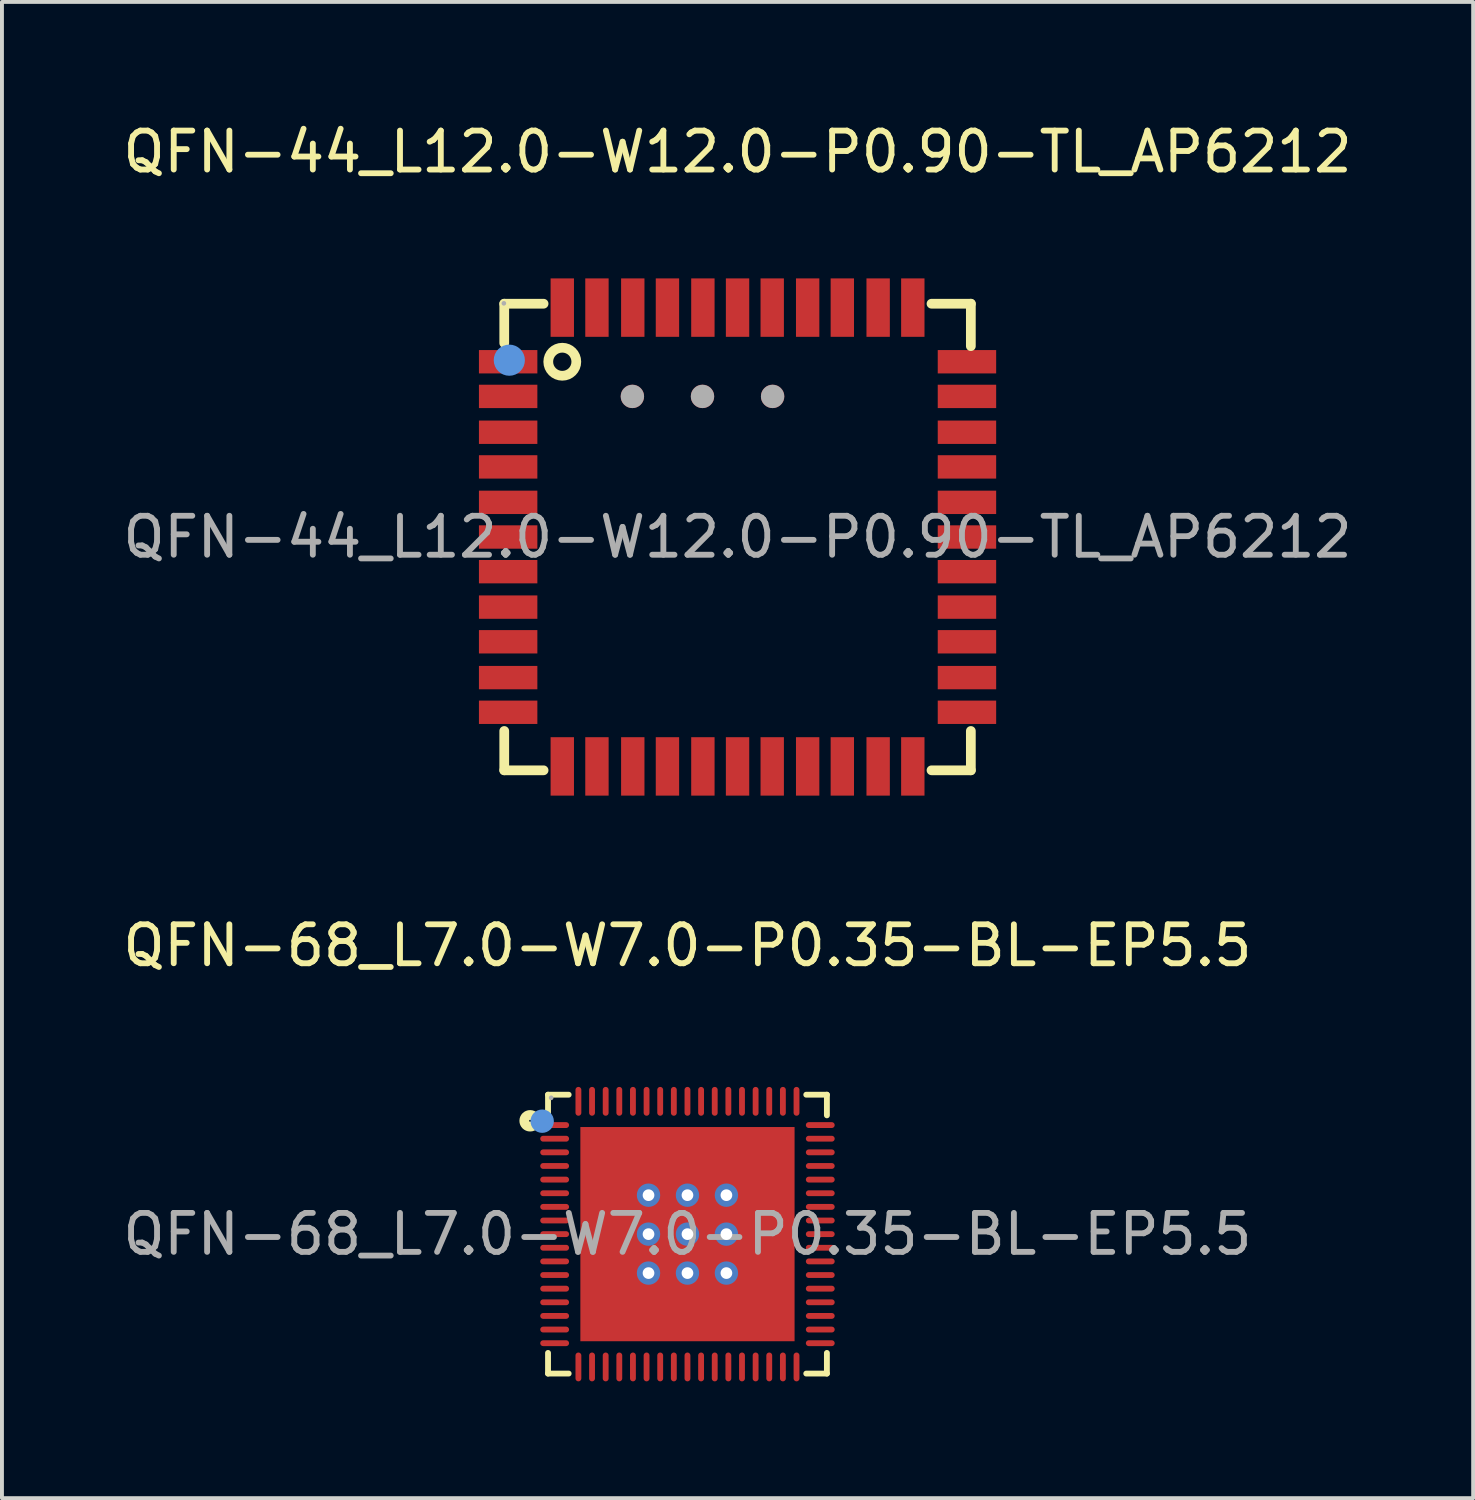
<source format=kicad_pcb>
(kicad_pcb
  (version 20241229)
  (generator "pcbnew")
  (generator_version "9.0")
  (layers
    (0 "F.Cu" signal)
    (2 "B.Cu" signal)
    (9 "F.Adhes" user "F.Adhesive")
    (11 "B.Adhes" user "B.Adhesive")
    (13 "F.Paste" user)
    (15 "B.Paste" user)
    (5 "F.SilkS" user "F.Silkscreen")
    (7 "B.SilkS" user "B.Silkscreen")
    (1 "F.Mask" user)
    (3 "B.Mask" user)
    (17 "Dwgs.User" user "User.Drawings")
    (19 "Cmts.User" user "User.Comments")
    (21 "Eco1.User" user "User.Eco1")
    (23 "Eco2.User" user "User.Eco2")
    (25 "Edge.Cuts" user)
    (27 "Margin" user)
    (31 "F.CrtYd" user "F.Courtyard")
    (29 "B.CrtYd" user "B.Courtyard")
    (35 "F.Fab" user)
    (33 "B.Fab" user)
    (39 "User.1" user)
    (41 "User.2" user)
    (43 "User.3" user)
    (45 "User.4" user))
  (footprint "QFN-44_L12.0-W12.0-P0.90-TL_AP6212"
    (layer "F.Cu")
    (at 15.887 10.738)
    (property "Reference" "QFN-44_L12.0-W12.0-P0.90-TL_AP6212" (at 0 -9.89 0) (layer "F.SilkS") (effects (font (size 1 1) (thickness 0.15))))
    (attr smd)
    (fp_line (start -5.99 -5.99) (end -4.98 -5.99) (stroke (width 0.25) (type solid)) (layer "F.SilkS"))
    (fp_line (start -5.99 -4.98) (end -5.99 -5.99) (stroke (width 0.25) (type solid)) (layer "F.SilkS"))
    (fp_line (start -5.99 5.99) (end -5.99 4.98) (stroke (width 0.25) (type solid)) (layer "F.SilkS"))
    (fp_line (start -4.98 5.99) (end -5.99 5.99) (stroke (width 0.25) (type solid)) (layer "F.SilkS"))
    (fp_line (start 4.98 -5.99) (end 5.99 -5.99) (stroke (width 0.25) (type solid)) (layer "F.SilkS"))
    (fp_line (start 5.99 -5.99) (end 5.99 -4.9) (stroke (width 0.25) (type solid)) (layer "F.SilkS"))
    (fp_line (start 5.99 4.98) (end 5.99 5.99) (stroke (width 0.25) (type solid)) (layer "F.SilkS"))
    (fp_line (start 5.99 5.99) (end 4.98 5.99) (stroke (width 0.25) (type solid)) (layer "F.SilkS"))
    (fp_circle (center -4.5 -4.5) (end -4.14 -4.5) (stroke (width 0.25) (type solid)) (fill no) (layer "F.SilkS"))
    (fp_circle (center -5.86 -4.54) (end -5.66 -4.54) (stroke (width 0.4) (type solid)) (fill no) (layer "Cmts.User"))
    (fp_circle (center -6 -6) (end -5.97 -6) (stroke (width 0.06) (type solid)) (fill no) (layer "F.Fab"))
    (fp_circle (center -2.7 -3.61) (end -2.55 -3.61) (stroke (width 0.3) (type solid)) (fill no) (layer "F.Fab"))
    (fp_circle (center -0.9 -3.61) (end -0.75 -3.61) (stroke (width 0.3) (type solid)) (fill no) (layer "F.Fab"))
    (fp_circle (center 0.9 -3.61) (end 1.05 -3.61) (stroke (width 0.3) (type solid)) (fill no) (layer "F.Fab"))
    (fp_text user "${REFERENCE}" (at 0 0 0) (layer "F.Fab") (effects (font (size 1 1) (thickness 0.15))))
    (pad "1" smd rect (at -5.89 -4.5) (size 1.5 0.6) (layers "F.Cu" "F.Mask" "F.Paste"))
    (pad "2" smd rect (at -5.89 -3.61) (size 1.5 0.6) (layers "F.Cu" "F.Mask" "F.Paste"))
    (pad "3" smd rect (at -5.89 -2.69) (size 1.5 0.6) (layers "F.Cu" "F.Mask" "F.Paste"))
    (pad "4" smd rect (at -5.89 -1.8) (size 1.5 0.6) (layers "F.Cu" "F.Mask" "F.Paste"))
    (pad "5" smd rect (at -5.89 -0.89) (size 1.5 0.6) (layers "F.Cu" "F.Mask" "F.Paste"))
    (pad "6" smd rect (at -5.89 0) (size 1.5 0.6) (layers "F.Cu" "F.Mask" "F.Paste"))
    (pad "7" smd rect (at -5.89 0.89) (size 1.5 0.6) (layers "F.Cu" "F.Mask" "F.Paste"))
    (pad "8" smd rect (at -5.89 1.8) (size 1.5 0.6) (layers "F.Cu" "F.Mask" "F.Paste"))
    (pad "9" smd rect (at -5.89 2.69) (size 1.5 0.6) (layers "F.Cu" "F.Mask" "F.Paste"))
    (pad "10" smd rect (at -5.89 3.61) (size 1.5 0.6) (layers "F.Cu" "F.Mask" "F.Paste"))
    (pad "11" smd rect (at -5.89 4.5) (size 1.5 0.6) (layers "F.Cu" "F.Mask" "F.Paste"))
    (pad "12" smd rect (at -4.5 5.89 90) (size 1.5 0.6) (layers "F.Cu" "F.Mask" "F.Paste"))
    (pad "13" smd rect (at -3.61 5.89 90) (size 1.5 0.6) (layers "F.Cu" "F.Mask" "F.Paste"))
    (pad "14" smd rect (at -2.69 5.89 90) (size 1.5 0.6) (layers "F.Cu" "F.Mask" "F.Paste"))
    (pad "15" smd rect (at -1.8 5.89 90) (size 1.5 0.6) (layers "F.Cu" "F.Mask" "F.Paste"))
    (pad "16" smd rect (at -0.89 5.89 90) (size 1.5 0.6) (layers "F.Cu" "F.Mask" "F.Paste"))
    (pad "17" smd rect (at 0 5.89 90) (size 1.5 0.6) (layers "F.Cu" "F.Mask" "F.Paste"))
    (pad "18" smd rect (at 0.89 5.89 90) (size 1.5 0.6) (layers "F.Cu" "F.Mask" "F.Paste"))
    (pad "19" smd rect (at 1.8 5.89 90) (size 1.5 0.6) (layers "F.Cu" "F.Mask" "F.Paste"))
    (pad "20" smd rect (at 2.69 5.89 90) (size 1.5 0.6) (layers "F.Cu" "F.Mask" "F.Paste"))
    (pad "21" smd rect (at 3.61 5.89 90) (size 1.5 0.6) (layers "F.Cu" "F.Mask" "F.Paste"))
    (pad "22" smd rect (at 4.5 5.89 90) (size 1.5 0.6) (layers "F.Cu" "F.Mask" "F.Paste"))
    (pad "23" smd rect (at 5.89 4.5 180) (size 1.5 0.6) (layers "F.Cu" "F.Mask" "F.Paste"))
    (pad "24" smd rect (at 5.89 3.61 180) (size 1.5 0.6) (layers "F.Cu" "F.Mask" "F.Paste"))
    (pad "25" smd rect (at 5.89 2.69 180) (size 1.5 0.6) (layers "F.Cu" "F.Mask" "F.Paste"))
    (pad "26" smd rect (at 5.89 1.8 180) (size 1.5 0.6) (layers "F.Cu" "F.Mask" "F.Paste"))
    (pad "27" smd rect (at 5.89 0.89 180) (size 1.5 0.6) (layers "F.Cu" "F.Mask" "F.Paste"))
    (pad "28" smd rect (at 5.89 0 180) (size 1.5 0.6) (layers "F.Cu" "F.Mask" "F.Paste"))
    (pad "29" smd rect (at 5.89 -0.89 180) (size 1.5 0.6) (layers "F.Cu" "F.Mask" "F.Paste"))
    (pad "30" smd rect (at 5.89 -1.8 180) (size 1.5 0.6) (layers "F.Cu" "F.Mask" "F.Paste"))
    (pad "31" smd rect (at 5.89 -2.69 180) (size 1.5 0.6) (layers "F.Cu" "F.Mask" "F.Paste"))
    (pad "32" smd rect (at 5.89 -3.61 180) (size 1.5 0.6) (layers "F.Cu" "F.Mask" "F.Paste"))
    (pad "33" smd rect (at 5.89 -4.5 180) (size 1.5 0.6) (layers "F.Cu" "F.Mask" "F.Paste"))
    (pad "34" smd rect (at 4.5 -5.89 270) (size 1.5 0.6) (layers "F.Cu" "F.Mask" "F.Paste"))
    (pad "35" smd rect (at 3.61 -5.89 270) (size 1.5 0.6) (layers "F.Cu" "F.Mask" "F.Paste"))
    (pad "36" smd rect (at 2.69 -5.89 270) (size 1.5 0.6) (layers "F.Cu" "F.Mask" "F.Paste"))
    (pad "37" smd rect (at 1.8 -5.89 270) (size 1.5 0.6) (layers "F.Cu" "F.Mask" "F.Paste"))
    (pad "38" smd rect (at 0.89 -5.89 270) (size 1.5 0.6) (layers "F.Cu" "F.Mask" "F.Paste"))
    (pad "39" smd rect (at 0 -5.89 270) (size 1.5 0.6) (layers "F.Cu" "F.Mask" "F.Paste"))
    (pad "40" smd rect (at -0.89 -5.89 270) (size 1.5 0.6) (layers "F.Cu" "F.Mask" "F.Paste"))
    (pad "41" smd rect (at -1.8 -5.89 270) (size 1.5 0.6) (layers "F.Cu" "F.Mask" "F.Paste"))
    (pad "42" smd rect (at -2.69 -5.89 270) (size 1.5 0.6) (layers "F.Cu" "F.Mask" "F.Paste"))
    (pad "43" smd rect (at -3.61 -5.89 270) (size 1.5 0.6) (layers "F.Cu" "F.Mask" "F.Paste"))
    (pad "44" smd rect (at -4.5 -5.89 270) (size 1.5 0.6) (layers "F.Cu" "F.Mask" "F.Paste"))
    (pad "45" smd circle (at -2.7 -3.61) (size 0.6 0.6) (layers "F.Cu" "F.Mask" "F.Paste"))
    (pad "46" smd circle (at -0.9 -3.61) (size 0.6 0.6) (layers "F.Cu" "F.Mask" "F.Paste"))
    (pad "47" smd circle (at 0.9 -3.61) (size 0.6 0.6) (layers "F.Cu" "F.Mask" "F.Paste")))
  (footprint "QFN-68_L7.0-W7.0-P0.35-BL-EP5.5"
    (layer "F.Cu")
    (at 14.601 28.637)
    (property "Reference" "QFN-68_L7.0-W7.0-P0.35-BL-EP5.5" (at 0 -7.41 0) (layer "F.SilkS") (effects (font (size 1 1) (thickness 0.15))))
    (attr smd)
    (fp_line (start -3.58 -3.58) (end -3.05 -3.58) (stroke (width 0.15) (type solid)) (layer "F.SilkS"))
    (fp_line (start -3.58 -3.05) (end -3.58 -3.58) (stroke (width 0.15) (type solid)) (layer "F.SilkS"))
    (fp_line (start -3.58 3.05) (end -3.58 3.58) (stroke (width 0.15) (type solid)) (layer "F.SilkS"))
    (fp_line (start -3.58 3.58) (end -3.05 3.58) (stroke (width 0.15) (type solid)) (layer "F.SilkS"))
    (fp_line (start 3.58 -3.58) (end 3.05 -3.58) (stroke (width 0.15) (type solid)) (layer "F.SilkS"))
    (fp_line (start 3.58 -3.05) (end 3.58 -3.58) (stroke (width 0.15) (type solid)) (layer "F.SilkS"))
    (fp_line (start 3.58 3.05) (end 3.58 3.58) (stroke (width 0.15) (type solid)) (layer "F.SilkS"))
    (fp_line (start 3.58 3.58) (end 3.05 3.58) (stroke (width 0.15) (type solid)) (layer "F.SilkS"))
    (fp_circle (center -4.04 -2.91) (end -3.89 -2.91) (stroke (width 0.25) (type solid)) (fill no) (layer "F.SilkS"))
    (fp_circle (center -3.73 -2.9) (end -3.58 -2.9) (stroke (width 0.3) (type solid)) (fill no) (layer "Cmts.User"))
    (fp_circle (center -3.5 -3.5) (end -3.47 -3.5) (stroke (width 0.06) (type solid)) (fill no) (layer "F.Fab"))
    (fp_text user "${REFERENCE}" (at 0 0 0) (layer "F.Fab") (effects (font (size 1 1) (thickness 0.15))))
    (pad "" thru_hole circle (at -1 -1) (size 0.6 0.6) (drill 0.3) (layers "*.Cu" "*.Paste" "*.Mask"))
    (pad "" thru_hole circle (at -1 0) (size 0.6 0.6) (drill 0.3) (layers "*.Cu" "*.Paste" "*.Mask"))
    (pad "" thru_hole circle (at -1 1) (size 0.6 0.6) (drill 0.3) (layers "*.Cu" "*.Paste" "*.Mask"))
    (pad "" thru_hole circle (at 0 -1) (size 0.6 0.6) (drill 0.3) (layers "*.Cu" "*.Paste" "*.Mask"))
    (pad "" thru_hole circle (at 0 0) (size 0.6 0.6) (drill 0.3) (layers "*.Cu" "*.Paste" "*.Mask"))
    (pad "" thru_hole circle (at 0 1) (size 0.6 0.6) (drill 0.3) (layers "*.Cu" "*.Paste" "*.Mask"))
    (pad "" thru_hole circle (at 1 -1) (size 0.6 0.6) (drill 0.3) (layers "*.Cu" "*.Paste" "*.Mask"))
    (pad "" thru_hole circle (at 1 0) (size 0.6 0.6) (drill 0.3) (layers "*.Cu" "*.Paste" "*.Mask"))
    (pad "" thru_hole circle (at 1 1) (size 0.6 0.6) (drill 0.3) (layers "*.Cu" "*.Paste" "*.Mask"))
    (pad "1" smd oval (at -3.41 -2.8) (size 0.74 0.15) (layers "F.Cu" "F.Mask" "F.Paste"))
    (pad "2" smd oval (at -3.41 -2.45) (size 0.74 0.15) (layers "F.Cu" "F.Mask" "F.Paste"))
    (pad "3" smd oval (at -3.41 -2.1) (size 0.74 0.15) (layers "F.Cu" "F.Mask" "F.Paste"))
    (pad "4" smd oval (at -3.41 -1.75) (size 0.74 0.15) (layers "F.Cu" "F.Mask" "F.Paste"))
    (pad "5" smd oval (at -3.41 -1.4) (size 0.74 0.15) (layers "F.Cu" "F.Mask" "F.Paste"))
    (pad "6" smd oval (at -3.41 -1.05) (size 0.74 0.15) (layers "F.Cu" "F.Mask" "F.Paste"))
    (pad "7" smd oval (at -3.41 -0.7) (size 0.74 0.15) (layers "F.Cu" "F.Mask" "F.Paste"))
    (pad "8" smd oval (at -3.41 -0.35) (size 0.74 0.15) (layers "F.Cu" "F.Mask" "F.Paste"))
    (pad "9" smd oval (at -3.41 0) (size 0.74 0.15) (layers "F.Cu" "F.Mask" "F.Paste"))
    (pad "10" smd oval (at -3.41 0.35) (size 0.74 0.15) (layers "F.Cu" "F.Mask" "F.Paste"))
    (pad "11" smd oval (at -3.41 0.7) (size 0.74 0.15) (layers "F.Cu" "F.Mask" "F.Paste"))
    (pad "12" smd oval (at -3.41 1.05) (size 0.74 0.15) (layers "F.Cu" "F.Mask" "F.Paste"))
    (pad "13" smd oval (at -3.41 1.4) (size 0.74 0.15) (layers "F.Cu" "F.Mask" "F.Paste"))
    (pad "14" smd oval (at -3.41 1.75) (size 0.74 0.15) (layers "F.Cu" "F.Mask" "F.Paste"))
    (pad "15" smd oval (at -3.41 2.1) (size 0.74 0.15) (layers "F.Cu" "F.Mask" "F.Paste"))
    (pad "16" smd oval (at -3.41 2.45) (size 0.74 0.15) (layers "F.Cu" "F.Mask" "F.Paste"))
    (pad "17" smd oval (at -3.41 2.8) (size 0.74 0.15) (layers "F.Cu" "F.Mask" "F.Paste"))
    (pad "18" smd oval (at -2.8 3.41) (size 0.15 0.74) (layers "F.Cu" "F.Mask" "F.Paste"))
    (pad "19" smd oval (at -2.45 3.41) (size 0.15 0.74) (layers "F.Cu" "F.Mask" "F.Paste"))
    (pad "20" smd oval (at -2.1 3.41) (size 0.15 0.74) (layers "F.Cu" "F.Mask" "F.Paste"))
    (pad "21" smd oval (at -1.75 3.41) (size 0.15 0.74) (layers "F.Cu" "F.Mask" "F.Paste"))
    (pad "22" smd oval (at -1.4 3.41) (size 0.15 0.74) (layers "F.Cu" "F.Mask" "F.Paste"))
    (pad "23" smd oval (at -1.05 3.41) (size 0.15 0.74) (layers "F.Cu" "F.Mask" "F.Paste"))
    (pad "24" smd oval (at -0.7 3.41) (size 0.15 0.74) (layers "F.Cu" "F.Mask" "F.Paste"))
    (pad "25" smd oval (at -0.35 3.41) (size 0.15 0.74) (layers "F.Cu" "F.Mask" "F.Paste"))
    (pad "26" smd oval (at 0 3.41) (size 0.15 0.74) (layers "F.Cu" "F.Mask" "F.Paste"))
    (pad "27" smd oval (at 0.35 3.41) (size 0.15 0.74) (layers "F.Cu" "F.Mask" "F.Paste"))
    (pad "28" smd oval (at 0.7 3.41) (size 0.15 0.74) (layers "F.Cu" "F.Mask" "F.Paste"))
    (pad "29" smd oval (at 1.05 3.41) (size 0.15 0.74) (layers "F.Cu" "F.Mask" "F.Paste"))
    (pad "30" smd oval (at 1.4 3.41) (size 0.15 0.74) (layers "F.Cu" "F.Mask" "F.Paste"))
    (pad "31" smd oval (at 1.75 3.41) (size 0.15 0.74) (layers "F.Cu" "F.Mask" "F.Paste"))
    (pad "32" smd oval (at 2.1 3.41) (size 0.15 0.74) (layers "F.Cu" "F.Mask" "F.Paste"))
    (pad "33" smd oval (at 2.45 3.41) (size 0.15 0.74) (layers "F.Cu" "F.Mask" "F.Paste"))
    (pad "34" smd oval (at 2.8 3.41) (size 0.15 0.74) (layers "F.Cu" "F.Mask" "F.Paste"))
    (pad "35" smd oval (at 3.41 2.8) (size 0.74 0.15) (layers "F.Cu" "F.Mask" "F.Paste"))
    (pad "36" smd oval (at 3.41 2.45) (size 0.74 0.15) (layers "F.Cu" "F.Mask" "F.Paste"))
    (pad "37" smd oval (at 3.41 2.1) (size 0.74 0.15) (layers "F.Cu" "F.Mask" "F.Paste"))
    (pad "38" smd oval (at 3.41 1.75) (size 0.74 0.15) (layers "F.Cu" "F.Mask" "F.Paste"))
    (pad "39" smd oval (at 3.41 1.4) (size 0.74 0.15) (layers "F.Cu" "F.Mask" "F.Paste"))
    (pad "40" smd oval (at 3.41 1.05) (size 0.74 0.15) (layers "F.Cu" "F.Mask" "F.Paste"))
    (pad "41" smd oval (at 3.41 0.7) (size 0.74 0.15) (layers "F.Cu" "F.Mask" "F.Paste"))
    (pad "42" smd oval (at 3.41 0.35) (size 0.74 0.15) (layers "F.Cu" "F.Mask" "F.Paste"))
    (pad "43" smd oval (at 3.41 0) (size 0.74 0.15) (layers "F.Cu" "F.Mask" "F.Paste"))
    (pad "44" smd oval (at 3.41 -0.35) (size 0.74 0.15) (layers "F.Cu" "F.Mask" "F.Paste"))
    (pad "45" smd oval (at 3.41 -0.7) (size 0.74 0.15) (layers "F.Cu" "F.Mask" "F.Paste"))
    (pad "46" smd oval (at 3.41 -1.05) (size 0.74 0.15) (layers "F.Cu" "F.Mask" "F.Paste"))
    (pad "47" smd oval (at 3.41 -1.4) (size 0.74 0.15) (layers "F.Cu" "F.Mask" "F.Paste"))
    (pad "48" smd oval (at 3.41 -1.75) (size 0.74 0.15) (layers "F.Cu" "F.Mask" "F.Paste"))
    (pad "49" smd oval (at 3.41 -2.1) (size 0.74 0.15) (layers "F.Cu" "F.Mask" "F.Paste"))
    (pad "50" smd oval (at 3.41 -2.45) (size 0.74 0.15) (layers "F.Cu" "F.Mask" "F.Paste"))
    (pad "51" smd oval (at 3.41 -2.8) (size 0.74 0.15) (layers "F.Cu" "F.Mask" "F.Paste"))
    (pad "52" smd oval (at 2.8 -3.41) (size 0.15 0.74) (layers "F.Cu" "F.Mask" "F.Paste"))
    (pad "53" smd oval (at 2.45 -3.41) (size 0.15 0.74) (layers "F.Cu" "F.Mask" "F.Paste"))
    (pad "54" smd oval (at 2.1 -3.41) (size 0.15 0.74) (layers "F.Cu" "F.Mask" "F.Paste"))
    (pad "55" smd oval (at 1.75 -3.41) (size 0.15 0.74) (layers "F.Cu" "F.Mask" "F.Paste"))
    (pad "56" smd oval (at 1.4 -3.41) (size 0.15 0.74) (layers "F.Cu" "F.Mask" "F.Paste"))
    (pad "57" smd oval (at 1.05 -3.41) (size 0.15 0.74) (layers "F.Cu" "F.Mask" "F.Paste"))
    (pad "58" smd oval (at 0.7 -3.41) (size 0.15 0.74) (layers "F.Cu" "F.Mask" "F.Paste"))
    (pad "59" smd oval (at 0.35 -3.41) (size 0.15 0.74) (layers "F.Cu" "F.Mask" "F.Paste"))
    (pad "60" smd oval (at 0 -3.41) (size 0.15 0.74) (layers "F.Cu" "F.Mask" "F.Paste"))
    (pad "61" smd oval (at -0.35 -3.41) (size 0.15 0.74) (layers "F.Cu" "F.Mask" "F.Paste"))
    (pad "62" smd oval (at -0.7 -3.41) (size 0.15 0.74) (layers "F.Cu" "F.Mask" "F.Paste"))
    (pad "63" smd oval (at -1.05 -3.41) (size 0.15 0.74) (layers "F.Cu" "F.Mask" "F.Paste"))
    (pad "64" smd oval (at -1.4 -3.41) (size 0.15 0.74) (layers "F.Cu" "F.Mask" "F.Paste"))
    (pad "65" smd oval (at -1.75 -3.41) (size 0.15 0.74) (layers "F.Cu" "F.Mask" "F.Paste"))
    (pad "66" smd oval (at -2.1 -3.41) (size 0.15 0.74) (layers "F.Cu" "F.Mask" "F.Paste"))
    (pad "67" smd oval (at -2.45 -3.41) (size 0.15 0.74) (layers "F.Cu" "F.Mask" "F.Paste"))
    (pad "68" smd oval (at -2.8 -3.41) (size 0.15 0.74) (layers "F.Cu" "F.Mask" "F.Paste"))
    (pad "69" smd rect (at 0 0) (size 5.5 5.5) (layers "F.Cu" "F.Mask" "F.Paste")))
  (gr_rect
    (start -3 -3)
    (end 34.774 35.416)
    (stroke (width 0.1) (type default))
    (fill no)
    (layer "Edge.Cuts")))
</source>
